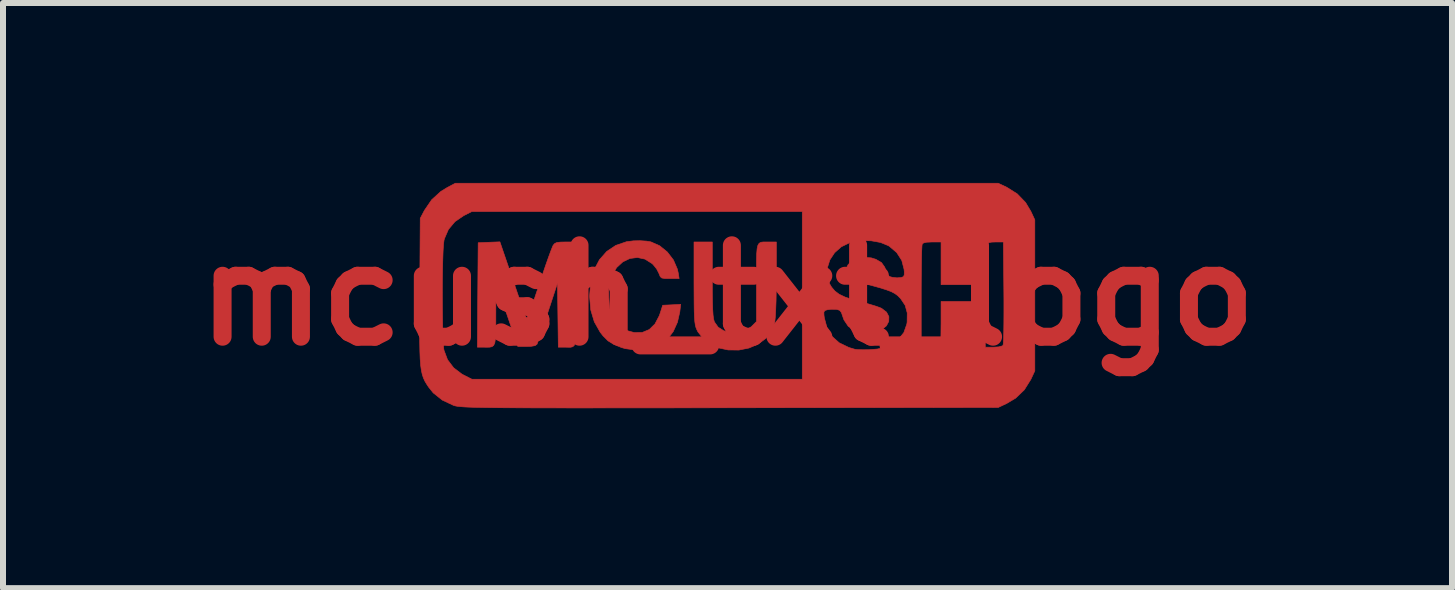
<source format=kicad_pcb>
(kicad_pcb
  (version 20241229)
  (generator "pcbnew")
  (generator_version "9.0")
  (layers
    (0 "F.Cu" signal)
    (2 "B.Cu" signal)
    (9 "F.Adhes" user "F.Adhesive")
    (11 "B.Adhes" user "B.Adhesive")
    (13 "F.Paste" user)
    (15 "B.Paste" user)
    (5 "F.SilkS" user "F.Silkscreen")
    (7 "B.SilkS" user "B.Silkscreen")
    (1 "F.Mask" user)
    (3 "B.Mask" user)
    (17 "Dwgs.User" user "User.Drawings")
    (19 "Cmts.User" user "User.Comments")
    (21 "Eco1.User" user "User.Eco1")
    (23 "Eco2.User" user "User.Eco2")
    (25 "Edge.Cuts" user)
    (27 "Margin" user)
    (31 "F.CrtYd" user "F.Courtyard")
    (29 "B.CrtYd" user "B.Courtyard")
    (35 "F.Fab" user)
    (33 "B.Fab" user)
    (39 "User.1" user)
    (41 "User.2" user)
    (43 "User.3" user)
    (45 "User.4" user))
  (footprint "mcush_txt_logo"
    (layer "F.Cu")
    (at 9.079 1.874)
    (property "Reference" "mcush_txt_logo" (at 0 0 0) (layer "F.Cu") (effects (font (size 1.524 1.524) (thickness 0.3))))
    (attr through_hole)
    (fp_poly (pts (xy 0.689 -0.89) (xy 0.814 -0.89) (xy 0.814 -0.281) (xy 0.812 -0.086) (xy 0.809 0.093) (xy 0.803 0.246) (xy 0.796 0.367) (xy 0.788 0.447) (xy 0.785 0.461) (xy 0.731 0.601) (xy 0.636 0.719) (xy 0.509 0.813) (xy 0.358 0.878) (xy 0.189 0.912) (xy 0.01 0.91) (xy -0.153 0.876) (xy -0.287 0.814) (xy -0.406 0.72) (xy -0.494 0.608) (xy -0.511 0.574) (xy -0.526 0.538) (xy -0.537 0.496) (xy -0.545 0.442) (xy -0.551 0.368) (xy -0.555 0.27) (xy -0.557 0.139) (xy -0.558 -0.031) (xy -0.559 -0.21) (xy -0.559 -0.89) (xy -0.254 -0.89) (xy -0.254 -0.266) (xy -0.254 -0.055) (xy -0.251 0.11) (xy -0.247 0.237) (xy -0.241 0.33) (xy -0.232 0.396) (xy -0.22 0.439) (xy -0.218 0.444) (xy -0.156 0.531) (xy -0.063 0.59) (xy 0.05 0.62) (xy 0.172 0.62) (xy 0.291 0.588) (xy 0.395 0.524) (xy 0.411 0.508) (xy 0.483 0.436) (xy 0.483 -0.211) (xy 0.483 -0.415) (xy 0.483 -0.573) (xy 0.486 -0.692) (xy 0.493 -0.777) (xy 0.506 -0.834) (xy 0.527 -0.868) (xy 0.557 -0.885) (xy 0.597 -0.89) (xy 0.651 -0.89) (xy 0.689 -0.89)) (stroke (width 0.01) (type solid)) (fill yes) (layer "F.Cu"))
    (fp_poly (pts (xy -3.597 -0.313) (xy -3.54 -0.146) (xy -3.487 0.009) (xy -3.44 0.143) (xy -3.403 0.25) (xy -3.378 0.321) (xy -3.369 0.343) (xy -3.359 0.364) (xy -3.349 0.372) (xy -3.335 0.361) (xy -3.317 0.326) (xy -3.292 0.263) (xy -3.257 0.168) (xy -3.212 0.034) (xy -3.153 -0.142) (xy -3.141 -0.178) (xy -3.085 -0.346) (xy -3.032 -0.501) (xy -2.985 -0.634) (xy -2.946 -0.74) (xy -2.919 -0.809) (xy -2.908 -0.833) (xy -2.883 -0.863) (xy -2.846 -0.881) (xy -2.786 -0.888) (xy -2.695 -0.89) (xy -2.517 -0.89) (xy -2.517 -0.028) (xy -2.517 0.209) (xy -2.517 0.4) (xy -2.518 0.55) (xy -2.522 0.664) (xy -2.53 0.747) (xy -2.542 0.803) (xy -2.559 0.839) (xy -2.583 0.857) (xy -2.615 0.865) (xy -2.656 0.865) (xy -2.706 0.864) (xy -2.709 0.864) (xy -2.821 0.864) (xy -2.835 -0.204) (xy -2.996 0.286) (xy -3.046 0.437) (xy -3.091 0.573) (xy -3.13 0.686) (xy -3.159 0.768) (xy -3.175 0.811) (xy -3.176 0.814) (xy -3.208 0.838) (xy -3.277 0.85) (xy -3.346 0.852) (xy -3.496 0.852) (xy -3.678 0.318) (xy -3.861 -0.216) (xy -3.863 0.309) (xy -3.863 0.491) (xy -3.865 0.628) (xy -3.87 0.727) (xy -3.88 0.793) (xy -3.899 0.834) (xy -3.927 0.856) (xy -3.967 0.864) (xy -4.021 0.865) (xy -4.058 0.864) (xy -4.17 0.864) (xy -4.164 -0.006) (xy -4.157 -0.877) (xy -3.976 -0.885) (xy -3.795 -0.892) (xy -3.597 -0.313)) (stroke (width 0.01) (type solid)) (fill yes) (layer "F.Cu"))
    (fp_poly (pts (xy -1.351 -0.904) (xy -1.279 -0.892) (xy -1.132 -0.827) (xy -1.004 -0.723) (xy -0.902 -0.59) (xy -0.836 -0.437) (xy -0.822 -0.374) (xy -0.807 -0.28) (xy -0.961 -0.28) (xy -1.046 -0.281) (xy -1.095 -0.289) (xy -1.121 -0.311) (xy -1.139 -0.354) (xy -1.144 -0.367) (xy -1.182 -0.441) (xy -1.241 -0.514) (xy -1.26 -0.531) (xy -1.376 -0.604) (xy -1.502 -0.631) (xy -1.628 -0.615) (xy -1.746 -0.558) (xy -1.849 -0.463) (xy -1.929 -0.332) (xy -1.932 -0.326) (xy -1.96 -0.252) (xy -1.976 -0.181) (xy -1.982 -0.097) (xy -1.98 0.018) (xy -1.979 0.038) (xy -1.971 0.159) (xy -1.958 0.246) (xy -1.936 0.315) (xy -1.902 0.383) (xy -1.9 0.387) (xy -1.804 0.508) (xy -1.681 0.586) (xy -1.557 0.62) (xy -1.421 0.618) (xy -1.305 0.57) (xy -1.21 0.477) (xy -1.138 0.34) (xy -1.125 0.303) (xy -1.081 0.165) (xy -0.931 0.158) (xy -0.781 0.15) (xy -0.796 0.277) (xy -0.835 0.448) (xy -0.905 0.603) (xy -1 0.728) (xy -1.026 0.752) (xy -1.17 0.843) (xy -1.339 0.897) (xy -1.521 0.913) (xy -1.706 0.888) (xy -1.77 0.869) (xy -1.898 0.817) (xy -1.993 0.758) (xy -2.074 0.677) (xy -2.122 0.616) (xy -2.221 0.441) (xy -2.28 0.244) (xy -2.3 0.017) (xy -2.3 0.013) (xy -2.281 -0.218) (xy -2.226 -0.421) (xy -2.136 -0.593) (xy -2.014 -0.732) (xy -1.863 -0.833) (xy -1.685 -0.894) (xy -1.567 -0.909) (xy -1.458 -0.911) (xy -1.351 -0.904)) (stroke (width 0.01) (type solid)) (fill yes) (layer "F.Cu"))
    (fp_poly (pts (xy 4.655 -1.802) (xy 4.829 -1.693) (xy 4.969 -1.548) (xy 5.057 -1.401) (xy 5.123 -1.259) (xy 5.123 1.259) (xy 5.057 1.401) (xy 4.948 1.575) (xy 4.803 1.714) (xy 4.655 1.802) (xy 4.513 1.869) (xy 0.038 1.874) (xy -0.522 1.875) (xy -1.034 1.876) (xy -1.5 1.876) (xy -1.921 1.876) (xy -2.301 1.877) (xy -2.641 1.877) (xy -2.944 1.876) (xy -3.213 1.876) (xy -3.448 1.875) (xy -3.653 1.874) (xy -3.83 1.873) (xy -3.981 1.871) (xy -4.109 1.869) (xy -4.215 1.867) (xy -4.303 1.864) (xy -4.373 1.861) (xy -4.429 1.857) (xy -4.473 1.853) (xy -4.507 1.849) (xy -4.534 1.844) (xy -4.555 1.839) (xy -4.569 1.834) (xy -4.756 1.746) (xy -4.906 1.626) (xy -4.984 1.529) (xy -5.018 1.477) (xy -5.047 1.428) (xy -5.07 1.377) (xy -5.089 1.32) (xy -5.104 1.252) (xy -5.116 1.168) (xy -5.124 1.063) (xy -5.129 0.934) (xy -5.132 0.774) (xy -5.133 0.58) (xy -5.133 0.347) (xy -5.132 0.07) (xy -5.131 -0.044) (xy -4.755 -0.044) (xy -4.754 0.155) (xy -4.752 0.348) (xy -4.749 0.526) (xy -4.744 0.681) (xy -4.738 0.806) (xy -4.731 0.892) (xy -4.727 0.915) (xy -4.668 1.073) (xy -4.566 1.208) (xy -4.428 1.313) (xy -4.4 1.328) (xy -4.262 1.398) (xy 1.246 1.398) (xy 1.246 0.28) (xy 1.606 0.28) (xy 1.608 0.332) (xy 1.614 0.376) (xy 1.66 0.546) (xy 1.742 0.684) (xy 1.862 0.791) (xy 2.023 0.869) (xy 2.123 0.899) (xy 2.172 0.905) (xy 2.256 0.907) (xy 2.356 0.906) (xy 2.368 0.905) (xy 2.497 0.895) (xy 2.601 0.872) (xy 2.704 0.829) (xy 2.706 0.828) (xy 2.844 0.737) (xy 2.939 0.621) (xy 2.989 0.48) (xy 2.994 0.447) (xy 2.996 0.293) (xy 2.961 0.166) (xy 2.886 0.054) (xy 2.883 0.051) (xy 2.86 0.028) (xy 3.229 0.028) (xy 3.229 0.864) (xy 3.354 0.864) (xy 3.436 0.861) (xy 3.501 0.854) (xy 3.519 0.849) (xy 3.535 0.836) (xy 3.547 0.806) (xy 3.554 0.752) (xy 3.558 0.666) (xy 3.559 0.54) (xy 3.56 0.468) (xy 3.56 0.102) (xy 4.297 0.102) (xy 4.297 0.864) (xy 4.434 0.864) (xy 4.521 0.859) (xy 4.579 0.843) (xy 4.593 0.833) (xy 4.598 0.8) (xy 4.602 0.724) (xy 4.605 0.608) (xy 4.607 0.461) (xy 4.608 0.287) (xy 4.608 0.094) (xy 4.607 -0.044) (xy 4.599 -0.89) (xy 4.48 -0.89) (xy 4.406 -0.888) (xy 4.354 -0.879) (xy 4.321 -0.854) (xy 4.302 -0.807) (xy 4.294 -0.73) (xy 4.293 -0.614) (xy 4.295 -0.511) (xy 4.3 -0.178) (xy 3.56 -0.178) (xy 3.56 -0.89) (xy 3.41 -0.89) (xy 3.318 -0.886) (xy 3.266 -0.873) (xy 3.244 -0.85) (xy 3.241 -0.815) (xy 3.237 -0.736) (xy 3.234 -0.619) (xy 3.232 -0.47) (xy 3.23 -0.296) (xy 3.229 -0.102) (xy 3.229 0.028) (xy 2.86 0.028) (xy 2.839 0.006) (xy 2.79 -0.03) (xy 2.73 -0.062) (xy 2.647 -0.093) (xy 2.534 -0.128) (xy 2.382 -0.17) (xy 2.349 -0.178) (xy 2.188 -0.227) (xy 2.075 -0.278) (xy 2.006 -0.334) (xy 1.98 -0.398) (xy 1.992 -0.473) (xy 2.009 -0.51) (xy 2.07 -0.574) (xy 2.164 -0.616) (xy 2.277 -0.634) (xy 2.396 -0.625) (xy 2.473 -0.601) (xy 2.567 -0.546) (xy 2.622 -0.468) (xy 2.642 -0.401) (xy 2.663 -0.342) (xy 2.707 -0.312) (xy 2.747 -0.301) (xy 2.825 -0.292) (xy 2.893 -0.297) (xy 2.895 -0.297) (xy 2.931 -0.311) (xy 2.946 -0.338) (xy 2.947 -0.394) (xy 2.943 -0.435) (xy 2.905 -0.582) (xy 2.821 -0.713) (xy 2.699 -0.817) (xy 2.68 -0.829) (xy 2.55 -0.882) (xy 2.394 -0.91) (xy 2.229 -0.913) (xy 2.074 -0.889) (xy 2.039 -0.879) (xy 1.897 -0.81) (xy 1.785 -0.711) (xy 1.706 -0.591) (xy 1.664 -0.459) (xy 1.662 -0.322) (xy 1.704 -0.189) (xy 1.734 -0.138) (xy 1.789 -0.073) (xy 1.86 -0.019) (xy 1.958 0.028) (xy 2.091 0.073) (xy 2.233 0.112) (xy 2.35 0.143) (xy 2.456 0.175) (xy 2.537 0.203) (xy 2.569 0.217) (xy 2.651 0.28) (xy 2.69 0.355) (xy 2.688 0.434) (xy 2.649 0.508) (xy 2.574 0.57) (xy 2.467 0.611) (xy 2.421 0.62) (xy 2.257 0.623) (xy 2.12 0.588) (xy 2.013 0.516) (xy 1.941 0.409) (xy 1.924 0.361) (xy 1.899 0.288) (xy 1.872 0.251) (xy 1.829 0.236) (xy 1.806 0.233) (xy 1.725 0.232) (xy 1.659 0.241) (xy 1.622 0.254) (xy 1.606 0.28) (xy 1.246 0.28) (xy 1.246 -1.398) (xy -4.262 -1.398) (xy -4.4 -1.328) (xy -4.544 -1.229) (xy -4.653 -1.099) (xy -4.72 -0.944) (xy -4.727 -0.915) (xy -4.735 -0.849) (xy -4.742 -0.741) (xy -4.747 -0.598) (xy -4.751 -0.429) (xy -4.754 -0.242) (xy -4.755 -0.044) (xy -5.131 -0.044) (xy -5.131 -0.068) (xy -5.123 -1.284) (xy -5.053 -1.417) (xy -4.933 -1.593) (xy -4.779 -1.733) (xy -4.671 -1.799) (xy -4.538 -1.869) (xy 4.513 -1.869) (xy 4.655 -1.802)) (stroke (width 0.01) (type solid)) (fill yes) (layer "F.Cu")))
  (gr_rect
    (start -3 -3)
    (end 21.157 6.755)
    (stroke (width 0.1) (type default))
    (fill no)
    (layer "Edge.Cuts")))
</source>
